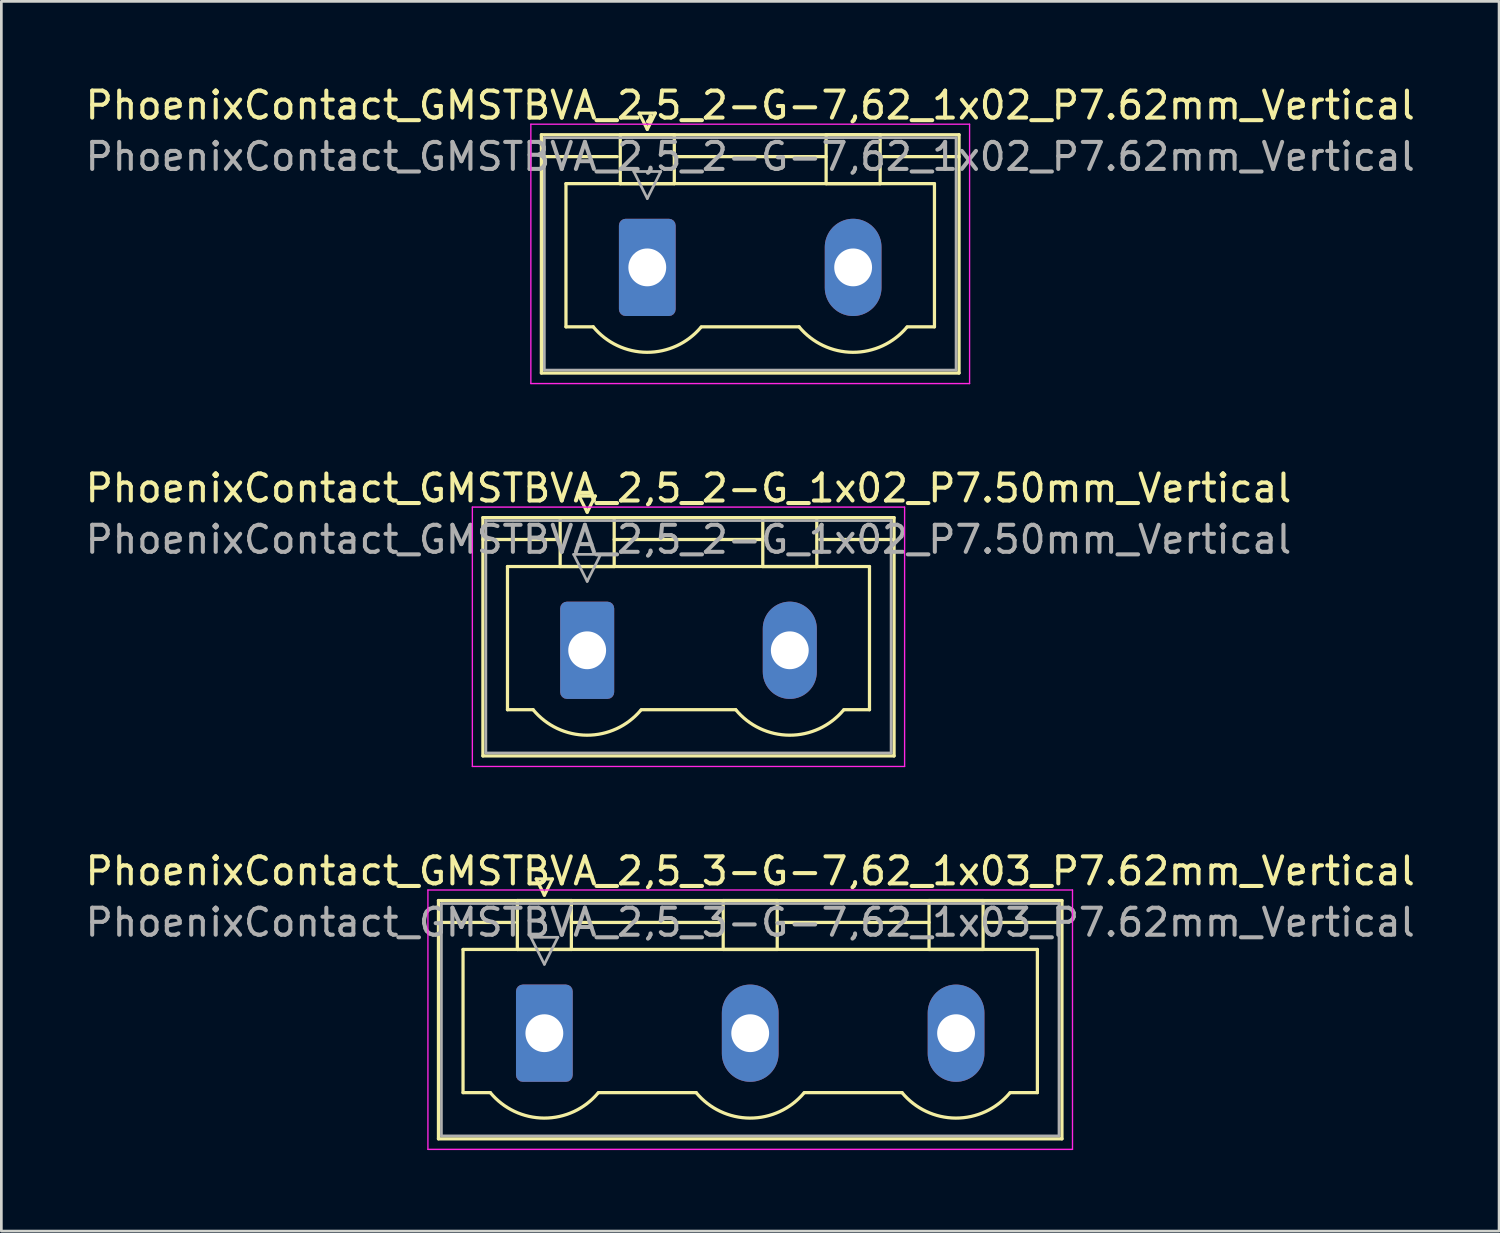
<source format=kicad_pcb>
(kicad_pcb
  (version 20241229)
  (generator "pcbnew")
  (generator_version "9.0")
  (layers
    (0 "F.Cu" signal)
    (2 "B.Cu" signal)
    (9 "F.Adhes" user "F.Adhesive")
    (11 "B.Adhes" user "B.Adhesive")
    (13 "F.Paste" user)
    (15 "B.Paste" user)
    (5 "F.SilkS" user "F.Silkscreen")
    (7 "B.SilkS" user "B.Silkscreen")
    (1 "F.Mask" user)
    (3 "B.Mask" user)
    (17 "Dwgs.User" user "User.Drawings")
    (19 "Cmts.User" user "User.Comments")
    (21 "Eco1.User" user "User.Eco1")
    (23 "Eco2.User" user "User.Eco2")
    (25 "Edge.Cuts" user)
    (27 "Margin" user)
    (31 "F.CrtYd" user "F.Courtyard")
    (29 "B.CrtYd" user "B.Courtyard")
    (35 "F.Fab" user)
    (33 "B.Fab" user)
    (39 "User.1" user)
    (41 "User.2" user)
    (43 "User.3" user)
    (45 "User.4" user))
  (footprint "PhoenixContact_GMSTBVA_2,5_2-G_1x02_P7.50mm_Vertical"
    (layer "F.Cu")
    (at 18.685 21.021)
    (property "Reference" "PhoenixContact_GMSTBVA_2,5_2-G_1x02_P7.50mm_Vertical" (at 3.75 -6 0) (layer "F.SilkS") (effects (font (size 1 1) (thickness 0.15))))
    (attr through_hole)
    (fp_line (start -3.86 -4.91) (end -3.86 3.91) (stroke (width 0.12) (type solid)) (layer "F.SilkS"))
    (fp_line (start -3.86 -4.1) (end -1.11 -4.1) (stroke (width 0.12) (type solid)) (layer "F.SilkS"))
    (fp_line (start -3.86 3.91) (end 11.36 3.91) (stroke (width 0.12) (type solid)) (layer "F.SilkS"))
    (fp_line (start -2.95 -3.1) (end 10.45 -3.1) (stroke (width 0.12) (type solid)) (layer "F.SilkS"))
    (fp_line (start -2.95 2.2) (end -2.95 -3.1) (stroke (width 0.12) (type solid)) (layer "F.SilkS"))
    (fp_line (start -2 2.2) (end -2.95 2.2) (stroke (width 0.12) (type solid)) (layer "F.SilkS"))
    (fp_line (start -1 -4.91) (end 1 -4.91) (stroke (width 0.12) (type solid)) (layer "F.SilkS"))
    (fp_line (start -1 -3.1) (end -1 -4.91) (stroke (width 0.12) (type solid)) (layer "F.SilkS"))
    (fp_line (start -0.3 -5.71) (end 0.3 -5.71) (stroke (width 0.12) (type solid)) (layer "F.SilkS"))
    (fp_line (start 0 -5.11) (end -0.3 -5.71) (stroke (width 0.12) (type solid)) (layer "F.SilkS"))
    (fp_line (start 0.3 -5.71) (end 0 -5.11) (stroke (width 0.12) (type solid)) (layer "F.SilkS"))
    (fp_line (start 1 -4.91) (end 1 -3.1) (stroke (width 0.12) (type solid)) (layer "F.SilkS"))
    (fp_line (start 1 -4.1) (end 6.5 -4.1) (stroke (width 0.12) (type solid)) (layer "F.SilkS"))
    (fp_line (start 1 -3.1) (end -1 -3.1) (stroke (width 0.12) (type solid)) (layer "F.SilkS"))
    (fp_line (start 2 2.2) (end 5.5 2.2) (stroke (width 0.12) (type solid)) (layer "F.SilkS"))
    (fp_line (start 6.5 -4.91) (end 8.5 -4.91) (stroke (width 0.12) (type solid)) (layer "F.SilkS"))
    (fp_line (start 6.5 -3.1) (end 6.5 -4.91) (stroke (width 0.12) (type solid)) (layer "F.SilkS"))
    (fp_line (start 8.5 -4.91) (end 8.5 -3.1) (stroke (width 0.12) (type solid)) (layer "F.SilkS"))
    (fp_line (start 8.5 -3.1) (end 6.5 -3.1) (stroke (width 0.12) (type solid)) (layer "F.SilkS"))
    (fp_line (start 10.45 -3.1) (end 10.45 2.2) (stroke (width 0.12) (type solid)) (layer "F.SilkS"))
    (fp_line (start 10.45 2.2) (end 9.5 2.2) (stroke (width 0.12) (type solid)) (layer "F.SilkS"))
    (fp_line (start 11.36 -4.91) (end -3.86 -4.91) (stroke (width 0.12) (type solid)) (layer "F.SilkS"))
    (fp_line (start 11.36 -4.1) (end 8.61 -4.1) (stroke (width 0.12) (type solid)) (layer "F.SilkS"))
    (fp_line (start 11.36 3.91) (end 11.36 -4.91) (stroke (width 0.12) (type solid)) (layer "F.SilkS"))
    (fp_arc (start 1.986842 2.215821) (mid -0.010289 3.142758) (end -2 2.2) (stroke (width 0.12) (type solid)) (layer "F.SilkS"))
    (fp_arc (start 9.486842 2.215821) (mid 7.489711 3.142758) (end 5.5 2.2) (stroke (width 0.12) (type solid)) (layer "F.SilkS"))
    (fp_line (start -4.25 -5.3) (end -4.25 4.3) (stroke (width 0.05) (type solid)) (layer "F.CrtYd"))
    (fp_line (start -4.25 4.3) (end 11.75 4.3) (stroke (width 0.05) (type solid)) (layer "F.CrtYd"))
    (fp_line (start 11.75 -5.3) (end -4.25 -5.3) (stroke (width 0.05) (type solid)) (layer "F.CrtYd"))
    (fp_line (start 11.75 4.3) (end 11.75 -5.3) (stroke (width 0.05) (type solid)) (layer "F.CrtYd"))
    (fp_line (start -3.75 -4.8) (end -3.75 3.8) (stroke (width 0.1) (type solid)) (layer "F.Fab"))
    (fp_line (start -3.75 3.8) (end 11.25 3.8) (stroke (width 0.1) (type solid)) (layer "F.Fab"))
    (fp_line (start -0.5 -3.55) (end 0.5 -3.55) (stroke (width 0.1) (type solid)) (layer "F.Fab"))
    (fp_line (start 0 -2.55) (end -0.5 -3.55) (stroke (width 0.1) (type solid)) (layer "F.Fab"))
    (fp_line (start 0.5 -3.55) (end 0 -2.55) (stroke (width 0.1) (type solid)) (layer "F.Fab"))
    (fp_line (start 11.25 -4.8) (end -3.75 -4.8) (stroke (width 0.1) (type solid)) (layer "F.Fab"))
    (fp_line (start 11.25 3.8) (end 11.25 -4.8) (stroke (width 0.1) (type solid)) (layer "F.Fab"))
    (fp_text user "${REFERENCE}" (at 3.75 -4.1 0) (layer "F.Fab") (effects (font (size 1 1) (thickness 0.15))))
    (pad "1" thru_hole roundrect (at 0 0) (size 2 3.6) (drill 1.4) (layers "*.Cu" "*.Mask") (roundrect_rratio 0.125))
    (pad "2" thru_hole oval (at 7.5 0) (size 2 3.6) (drill 1.4) (layers "*.Cu" "*.Mask")))
  (footprint "PhoenixContact_GMSTBVA_2,5_3-G-7,62_1x03_P7.62mm_Vertical"
    (layer "F.Cu")
    (at 17.1 35.195)
    (property "Reference" "PhoenixContact_GMSTBVA_2,5_3-G-7,62_1x03_P7.62mm_Vertical" (at 7.62 -6 0) (layer "F.SilkS") (effects (font (size 1 1) (thickness 0.15))))
    (attr through_hole)
    (fp_line (start -3.92 -4.91) (end -3.92 3.91) (stroke (width 0.12) (type solid)) (layer "F.SilkS"))
    (fp_line (start -3.92 -4.1) (end -1.11 -4.1) (stroke (width 0.12) (type solid)) (layer "F.SilkS"))
    (fp_line (start -3.92 3.91) (end 19.16 3.91) (stroke (width 0.12) (type solid)) (layer "F.SilkS"))
    (fp_line (start -3.01 -3.1) (end 18.25 -3.1) (stroke (width 0.12) (type solid)) (layer "F.SilkS"))
    (fp_line (start -3.01 2.2) (end -3.01 -3.1) (stroke (width 0.12) (type solid)) (layer "F.SilkS"))
    (fp_line (start -2 2.2) (end -3.01 2.2) (stroke (width 0.12) (type solid)) (layer "F.SilkS"))
    (fp_line (start -1 -4.91) (end 1 -4.91) (stroke (width 0.12) (type solid)) (layer "F.SilkS"))
    (fp_line (start -1 -3.1) (end -1 -4.91) (stroke (width 0.12) (type solid)) (layer "F.SilkS"))
    (fp_line (start -0.3 -5.71) (end 0.3 -5.71) (stroke (width 0.12) (type solid)) (layer "F.SilkS"))
    (fp_line (start 0 -5.11) (end -0.3 -5.71) (stroke (width 0.12) (type solid)) (layer "F.SilkS"))
    (fp_line (start 0.3 -5.71) (end 0 -5.11) (stroke (width 0.12) (type solid)) (layer "F.SilkS"))
    (fp_line (start 1 -4.91) (end 1 -3.1) (stroke (width 0.12) (type solid)) (layer "F.SilkS"))
    (fp_line (start 1 -4.1) (end 6.62 -4.1) (stroke (width 0.12) (type solid)) (layer "F.SilkS"))
    (fp_line (start 1 -3.1) (end -1 -3.1) (stroke (width 0.12) (type solid)) (layer "F.SilkS"))
    (fp_line (start 2 2.2) (end 5.62 2.2) (stroke (width 0.12) (type solid)) (layer "F.SilkS"))
    (fp_line (start 6.62 -4.91) (end 8.62 -4.91) (stroke (width 0.12) (type solid)) (layer "F.SilkS"))
    (fp_line (start 6.62 -3.1) (end 6.62 -4.91) (stroke (width 0.12) (type solid)) (layer "F.SilkS"))
    (fp_line (start 8.62 -4.91) (end 8.62 -3.1) (stroke (width 0.12) (type solid)) (layer "F.SilkS"))
    (fp_line (start 8.62 -4.1) (end 14.24 -4.1) (stroke (width 0.12) (type solid)) (layer "F.SilkS"))
    (fp_line (start 8.62 -3.1) (end 6.62 -3.1) (stroke (width 0.12) (type solid)) (layer "F.SilkS"))
    (fp_line (start 9.62 2.2) (end 13.24 2.2) (stroke (width 0.12) (type solid)) (layer "F.SilkS"))
    (fp_line (start 14.24 -4.91) (end 16.24 -4.91) (stroke (width 0.12) (type solid)) (layer "F.SilkS"))
    (fp_line (start 14.24 -3.1) (end 14.24 -4.91) (stroke (width 0.12) (type solid)) (layer "F.SilkS"))
    (fp_line (start 16.24 -4.91) (end 16.24 -3.1) (stroke (width 0.12) (type solid)) (layer "F.SilkS"))
    (fp_line (start 16.24 -3.1) (end 14.24 -3.1) (stroke (width 0.12) (type solid)) (layer "F.SilkS"))
    (fp_line (start 18.25 -3.1) (end 18.25 2.2) (stroke (width 0.12) (type solid)) (layer "F.SilkS"))
    (fp_line (start 18.25 2.2) (end 17.24 2.2) (stroke (width 0.12) (type solid)) (layer "F.SilkS"))
    (fp_line (start 19.16 -4.91) (end -3.92 -4.91) (stroke (width 0.12) (type solid)) (layer "F.SilkS"))
    (fp_line (start 19.16 -4.1) (end 16.35 -4.1) (stroke (width 0.12) (type solid)) (layer "F.SilkS"))
    (fp_line (start 19.16 3.91) (end 19.16 -4.91) (stroke (width 0.12) (type solid)) (layer "F.SilkS"))
    (fp_arc (start 1.986842 2.215821) (mid -0.010289 3.142758) (end -2 2.2) (stroke (width 0.12) (type solid)) (layer "F.SilkS"))
    (fp_arc (start 9.606842 2.215821) (mid 7.609711 3.142758) (end 5.62 2.2) (stroke (width 0.12) (type solid)) (layer "F.SilkS"))
    (fp_arc (start 17.226842 2.215821) (mid 15.229711 3.142758) (end 13.24 2.2) (stroke (width 0.12) (type solid)) (layer "F.SilkS"))
    (fp_line (start -4.31 -5.3) (end -4.31 4.3) (stroke (width 0.05) (type solid)) (layer "F.CrtYd"))
    (fp_line (start -4.31 4.3) (end 19.55 4.3) (stroke (width 0.05) (type solid)) (layer "F.CrtYd"))
    (fp_line (start 19.55 -5.3) (end -4.31 -5.3) (stroke (width 0.05) (type solid)) (layer "F.CrtYd"))
    (fp_line (start 19.55 4.3) (end 19.55 -5.3) (stroke (width 0.05) (type solid)) (layer "F.CrtYd"))
    (fp_line (start -3.81 -4.8) (end -3.81 3.8) (stroke (width 0.1) (type solid)) (layer "F.Fab"))
    (fp_line (start -3.81 3.8) (end 19.05 3.8) (stroke (width 0.1) (type solid)) (layer "F.Fab"))
    (fp_line (start -0.5 -3.55) (end 0.5 -3.55) (stroke (width 0.1) (type solid)) (layer "F.Fab"))
    (fp_line (start 0 -2.55) (end -0.5 -3.55) (stroke (width 0.1) (type solid)) (layer "F.Fab"))
    (fp_line (start 0.5 -3.55) (end 0 -2.55) (stroke (width 0.1) (type solid)) (layer "F.Fab"))
    (fp_line (start 19.05 -4.8) (end -3.81 -4.8) (stroke (width 0.1) (type solid)) (layer "F.Fab"))
    (fp_line (start 19.05 3.8) (end 19.05 -4.8) (stroke (width 0.1) (type solid)) (layer "F.Fab"))
    (fp_text user "${REFERENCE}" (at 7.62 -4.1 0) (layer "F.Fab") (effects (font (size 1 1) (thickness 0.15))))
    (pad "1" thru_hole roundrect (at 0 0) (size 2.1 3.6) (drill 1.4) (layers "*.Cu" "*.Mask") (roundrect_rratio 0.119))
    (pad "2" thru_hole oval (at 7.62 0) (size 2.1 3.6) (drill 1.4) (layers "*.Cu" "*.Mask"))
    (pad "3" thru_hole oval (at 15.24 0) (size 2.1 3.6) (drill 1.4) (layers "*.Cu" "*.Mask")))
  (footprint "PhoenixContact_GMSTBVA_2,5_2-G-7,62_1x02_P7.62mm_Vertical"
    (layer "F.Cu")
    (at 20.91 6.848)
    (property "Reference" "PhoenixContact_GMSTBVA_2,5_2-G-7,62_1x02_P7.62mm_Vertical" (at 3.81 -6 0) (layer "F.SilkS") (effects (font (size 1 1) (thickness 0.15))))
    (attr through_hole)
    (fp_line (start -3.92 -4.91) (end -3.92 3.91) (stroke (width 0.12) (type solid)) (layer "F.SilkS"))
    (fp_line (start -3.92 -4.1) (end -1.11 -4.1) (stroke (width 0.12) (type solid)) (layer "F.SilkS"))
    (fp_line (start -3.92 3.91) (end 11.54 3.91) (stroke (width 0.12) (type solid)) (layer "F.SilkS"))
    (fp_line (start -3.01 -3.1) (end 10.63 -3.1) (stroke (width 0.12) (type solid)) (layer "F.SilkS"))
    (fp_line (start -3.01 2.2) (end -3.01 -3.1) (stroke (width 0.12) (type solid)) (layer "F.SilkS"))
    (fp_line (start -2 2.2) (end -3.01 2.2) (stroke (width 0.12) (type solid)) (layer "F.SilkS"))
    (fp_line (start -1 -4.91) (end 1 -4.91) (stroke (width 0.12) (type solid)) (layer "F.SilkS"))
    (fp_line (start -1 -3.1) (end -1 -4.91) (stroke (width 0.12) (type solid)) (layer "F.SilkS"))
    (fp_line (start -0.3 -5.71) (end 0.3 -5.71) (stroke (width 0.12) (type solid)) (layer "F.SilkS"))
    (fp_line (start 0 -5.11) (end -0.3 -5.71) (stroke (width 0.12) (type solid)) (layer "F.SilkS"))
    (fp_line (start 0.3 -5.71) (end 0 -5.11) (stroke (width 0.12) (type solid)) (layer "F.SilkS"))
    (fp_line (start 1 -4.91) (end 1 -3.1) (stroke (width 0.12) (type solid)) (layer "F.SilkS"))
    (fp_line (start 1 -4.1) (end 6.62 -4.1) (stroke (width 0.12) (type solid)) (layer "F.SilkS"))
    (fp_line (start 1 -3.1) (end -1 -3.1) (stroke (width 0.12) (type solid)) (layer "F.SilkS"))
    (fp_line (start 2 2.2) (end 5.62 2.2) (stroke (width 0.12) (type solid)) (layer "F.SilkS"))
    (fp_line (start 6.62 -4.91) (end 8.62 -4.91) (stroke (width 0.12) (type solid)) (layer "F.SilkS"))
    (fp_line (start 6.62 -3.1) (end 6.62 -4.91) (stroke (width 0.12) (type solid)) (layer "F.SilkS"))
    (fp_line (start 8.62 -4.91) (end 8.62 -3.1) (stroke (width 0.12) (type solid)) (layer "F.SilkS"))
    (fp_line (start 8.62 -3.1) (end 6.62 -3.1) (stroke (width 0.12) (type solid)) (layer "F.SilkS"))
    (fp_line (start 10.63 -3.1) (end 10.63 2.2) (stroke (width 0.12) (type solid)) (layer "F.SilkS"))
    (fp_line (start 10.63 2.2) (end 9.62 2.2) (stroke (width 0.12) (type solid)) (layer "F.SilkS"))
    (fp_line (start 11.54 -4.91) (end -3.92 -4.91) (stroke (width 0.12) (type solid)) (layer "F.SilkS"))
    (fp_line (start 11.54 -4.1) (end 8.73 -4.1) (stroke (width 0.12) (type solid)) (layer "F.SilkS"))
    (fp_line (start 11.54 3.91) (end 11.54 -4.91) (stroke (width 0.12) (type solid)) (layer "F.SilkS"))
    (fp_arc (start 1.986842 2.215821) (mid -0.010289 3.142758) (end -2 2.2) (stroke (width 0.12) (type solid)) (layer "F.SilkS"))
    (fp_arc (start 9.606842 2.215821) (mid 7.609711 3.142758) (end 5.62 2.2) (stroke (width 0.12) (type solid)) (layer "F.SilkS"))
    (fp_line (start -4.31 -5.3) (end -4.31 4.3) (stroke (width 0.05) (type solid)) (layer "F.CrtYd"))
    (fp_line (start -4.31 4.3) (end 11.93 4.3) (stroke (width 0.05) (type solid)) (layer "F.CrtYd"))
    (fp_line (start 11.93 -5.3) (end -4.31 -5.3) (stroke (width 0.05) (type solid)) (layer "F.CrtYd"))
    (fp_line (start 11.93 4.3) (end 11.93 -5.3) (stroke (width 0.05) (type solid)) (layer "F.CrtYd"))
    (fp_line (start -3.81 -4.8) (end -3.81 3.8) (stroke (width 0.1) (type solid)) (layer "F.Fab"))
    (fp_line (start -3.81 3.8) (end 11.43 3.8) (stroke (width 0.1) (type solid)) (layer "F.Fab"))
    (fp_line (start -0.5 -3.55) (end 0.5 -3.55) (stroke (width 0.1) (type solid)) (layer "F.Fab"))
    (fp_line (start 0 -2.55) (end -0.5 -3.55) (stroke (width 0.1) (type solid)) (layer "F.Fab"))
    (fp_line (start 0.5 -3.55) (end 0 -2.55) (stroke (width 0.1) (type solid)) (layer "F.Fab"))
    (fp_line (start 11.43 -4.8) (end -3.81 -4.8) (stroke (width 0.1) (type solid)) (layer "F.Fab"))
    (fp_line (start 11.43 3.8) (end 11.43 -4.8) (stroke (width 0.1) (type solid)) (layer "F.Fab"))
    (fp_text user "${REFERENCE}" (at 3.81 -4.1 0) (layer "F.Fab") (effects (font (size 1 1) (thickness 0.15))))
    (pad "1" thru_hole roundrect (at 0 0) (size 2.1 3.6) (drill 1.4) (layers "*.Cu" "*.Mask") (roundrect_rratio 0.119))
    (pad "2" thru_hole oval (at 7.62 0) (size 2.1 3.6) (drill 1.4) (layers "*.Cu" "*.Mask")))
  (gr_rect
    (start -3 -3)
    (end 52.44 42.52)
    (stroke (width 0.1) (type default))
    (fill no)
    (layer "Edge.Cuts")))
</source>
